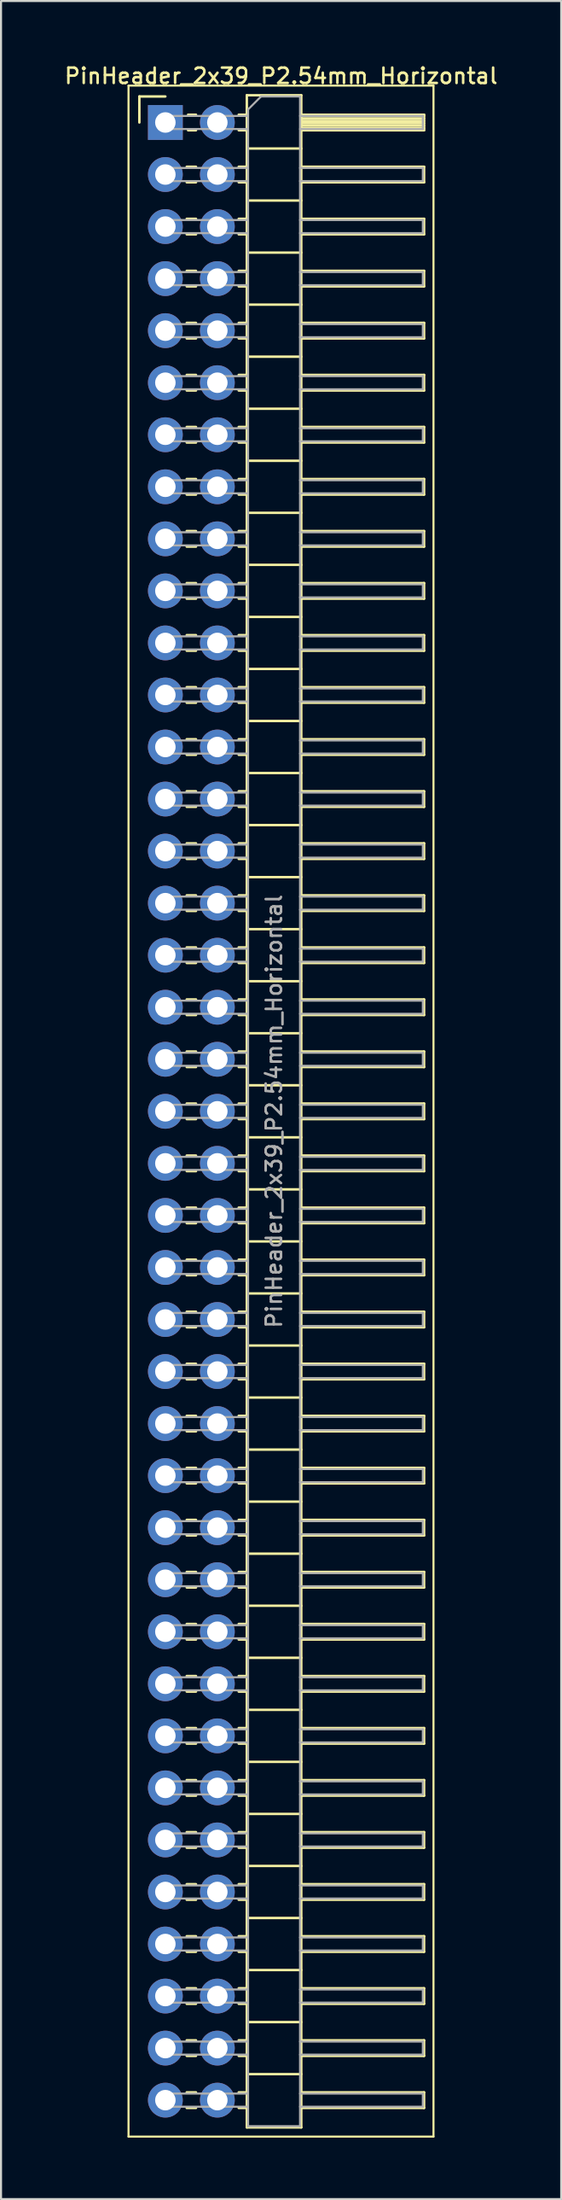
<source format=kicad_pcb>
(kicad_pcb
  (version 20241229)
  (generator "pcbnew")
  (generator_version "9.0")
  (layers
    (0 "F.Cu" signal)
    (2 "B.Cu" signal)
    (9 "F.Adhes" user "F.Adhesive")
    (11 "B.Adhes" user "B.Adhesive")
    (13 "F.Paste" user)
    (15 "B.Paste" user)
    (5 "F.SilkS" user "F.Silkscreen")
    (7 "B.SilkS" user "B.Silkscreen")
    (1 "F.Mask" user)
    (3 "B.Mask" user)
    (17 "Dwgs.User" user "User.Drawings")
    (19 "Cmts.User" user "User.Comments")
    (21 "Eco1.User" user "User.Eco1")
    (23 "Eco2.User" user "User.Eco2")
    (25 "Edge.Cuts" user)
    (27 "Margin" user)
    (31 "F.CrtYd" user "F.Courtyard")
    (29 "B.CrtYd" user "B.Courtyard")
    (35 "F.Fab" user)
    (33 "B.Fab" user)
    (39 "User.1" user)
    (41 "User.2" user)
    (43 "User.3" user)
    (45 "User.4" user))
  (footprint "PinHeader_2x39_P2.54mm_Horizontal"
    (layer "F.Cu")
    (at 5.029 2.928)
    (property "Reference" "PinHeader_2x39_P2.54mm_Horizontal" (at 5.655 -2.27 0) (layer "F.SilkS") (effects (font (size 0.75 0.75) (thickness 0.125))))
    (attr through_hole)
    (fp_line (start -1.8 -1.8) (end -1.8 98.3) (stroke (width 0.1) (type solid)) (layer "F.SilkS"))
    (fp_line (start -1.8 98.3) (end 13.1 98.3) (stroke (width 0.1) (type solid)) (layer "F.SilkS"))
    (fp_line (start -1.27 -1.27) (end 0 -1.27) (stroke (width 0.12) (type solid)) (layer "F.SilkS"))
    (fp_line (start -1.27 0) (end -1.27 -1.27) (stroke (width 0.12) (type solid)) (layer "F.SilkS"))
    (fp_line (start 1.043 2.16) (end 1.497 2.16) (stroke (width 0.12) (type solid)) (layer "F.SilkS"))
    (fp_line (start 1.043 2.92) (end 1.497 2.92) (stroke (width 0.12) (type solid)) (layer "F.SilkS"))
    (fp_line (start 1.043 4.7) (end 1.497 4.7) (stroke (width 0.12) (type solid)) (layer "F.SilkS"))
    (fp_line (start 1.043 5.46) (end 1.497 5.46) (stroke (width 0.12) (type solid)) (layer "F.SilkS"))
    (fp_line (start 1.043 7.24) (end 1.497 7.24) (stroke (width 0.12) (type solid)) (layer "F.SilkS"))
    (fp_line (start 1.043 8) (end 1.497 8) (stroke (width 0.12) (type solid)) (layer "F.SilkS"))
    (fp_line (start 1.043 9.78) (end 1.497 9.78) (stroke (width 0.12) (type solid)) (layer "F.SilkS"))
    (fp_line (start 1.043 10.54) (end 1.497 10.54) (stroke (width 0.12) (type solid)) (layer "F.SilkS"))
    (fp_line (start 1.043 12.32) (end 1.497 12.32) (stroke (width 0.12) (type solid)) (layer "F.SilkS"))
    (fp_line (start 1.043 13.08) (end 1.497 13.08) (stroke (width 0.12) (type solid)) (layer "F.SilkS"))
    (fp_line (start 1.043 14.86) (end 1.497 14.86) (stroke (width 0.12) (type solid)) (layer "F.SilkS"))
    (fp_line (start 1.043 15.62) (end 1.497 15.62) (stroke (width 0.12) (type solid)) (layer "F.SilkS"))
    (fp_line (start 1.043 17.4) (end 1.497 17.4) (stroke (width 0.12) (type solid)) (layer "F.SilkS"))
    (fp_line (start 1.043 18.16) (end 1.497 18.16) (stroke (width 0.12) (type solid)) (layer "F.SilkS"))
    (fp_line (start 1.043 19.94) (end 1.497 19.94) (stroke (width 0.12) (type solid)) (layer "F.SilkS"))
    (fp_line (start 1.043 20.7) (end 1.497 20.7) (stroke (width 0.12) (type solid)) (layer "F.SilkS"))
    (fp_line (start 1.043 22.48) (end 1.497 22.48) (stroke (width 0.12) (type solid)) (layer "F.SilkS"))
    (fp_line (start 1.043 23.24) (end 1.497 23.24) (stroke (width 0.12) (type solid)) (layer "F.SilkS"))
    (fp_line (start 1.043 25.02) (end 1.497 25.02) (stroke (width 0.12) (type solid)) (layer "F.SilkS"))
    (fp_line (start 1.043 25.78) (end 1.497 25.78) (stroke (width 0.12) (type solid)) (layer "F.SilkS"))
    (fp_line (start 1.043 27.56) (end 1.497 27.56) (stroke (width 0.12) (type solid)) (layer "F.SilkS"))
    (fp_line (start 1.043 28.32) (end 1.497 28.32) (stroke (width 0.12) (type solid)) (layer "F.SilkS"))
    (fp_line (start 1.043 30.1) (end 1.497 30.1) (stroke (width 0.12) (type solid)) (layer "F.SilkS"))
    (fp_line (start 1.043 30.86) (end 1.497 30.86) (stroke (width 0.12) (type solid)) (layer "F.SilkS"))
    (fp_line (start 1.043 32.64) (end 1.497 32.64) (stroke (width 0.12) (type solid)) (layer "F.SilkS"))
    (fp_line (start 1.043 33.4) (end 1.497 33.4) (stroke (width 0.12) (type solid)) (layer "F.SilkS"))
    (fp_line (start 1.043 35.18) (end 1.497 35.18) (stroke (width 0.12) (type solid)) (layer "F.SilkS"))
    (fp_line (start 1.043 35.94) (end 1.497 35.94) (stroke (width 0.12) (type solid)) (layer "F.SilkS"))
    (fp_line (start 1.043 37.72) (end 1.497 37.72) (stroke (width 0.12) (type solid)) (layer "F.SilkS"))
    (fp_line (start 1.043 38.48) (end 1.497 38.48) (stroke (width 0.12) (type solid)) (layer "F.SilkS"))
    (fp_line (start 1.043 40.26) (end 1.497 40.26) (stroke (width 0.12) (type solid)) (layer "F.SilkS"))
    (fp_line (start 1.043 41.02) (end 1.497 41.02) (stroke (width 0.12) (type solid)) (layer "F.SilkS"))
    (fp_line (start 1.043 42.8) (end 1.497 42.8) (stroke (width 0.12) (type solid)) (layer "F.SilkS"))
    (fp_line (start 1.043 43.56) (end 1.497 43.56) (stroke (width 0.12) (type solid)) (layer "F.SilkS"))
    (fp_line (start 1.043 45.34) (end 1.497 45.34) (stroke (width 0.12) (type solid)) (layer "F.SilkS"))
    (fp_line (start 1.043 46.1) (end 1.497 46.1) (stroke (width 0.12) (type solid)) (layer "F.SilkS"))
    (fp_line (start 1.043 47.88) (end 1.497 47.88) (stroke (width 0.12) (type solid)) (layer "F.SilkS"))
    (fp_line (start 1.043 48.64) (end 1.497 48.64) (stroke (width 0.12) (type solid)) (layer "F.SilkS"))
    (fp_line (start 1.043 50.42) (end 1.497 50.42) (stroke (width 0.12) (type solid)) (layer "F.SilkS"))
    (fp_line (start 1.043 51.18) (end 1.497 51.18) (stroke (width 0.12) (type solid)) (layer "F.SilkS"))
    (fp_line (start 1.043 52.96) (end 1.497 52.96) (stroke (width 0.12) (type solid)) (layer "F.SilkS"))
    (fp_line (start 1.043 53.72) (end 1.497 53.72) (stroke (width 0.12) (type solid)) (layer "F.SilkS"))
    (fp_line (start 1.043 55.5) (end 1.497 55.5) (stroke (width 0.12) (type solid)) (layer "F.SilkS"))
    (fp_line (start 1.043 56.26) (end 1.497 56.26) (stroke (width 0.12) (type solid)) (layer "F.SilkS"))
    (fp_line (start 1.043 58.04) (end 1.497 58.04) (stroke (width 0.12) (type solid)) (layer "F.SilkS"))
    (fp_line (start 1.043 58.8) (end 1.497 58.8) (stroke (width 0.12) (type solid)) (layer "F.SilkS"))
    (fp_line (start 1.043 60.58) (end 1.497 60.58) (stroke (width 0.12) (type solid)) (layer "F.SilkS"))
    (fp_line (start 1.043 61.34) (end 1.497 61.34) (stroke (width 0.12) (type solid)) (layer "F.SilkS"))
    (fp_line (start 1.043 63.12) (end 1.497 63.12) (stroke (width 0.12) (type solid)) (layer "F.SilkS"))
    (fp_line (start 1.043 63.88) (end 1.497 63.88) (stroke (width 0.12) (type solid)) (layer "F.SilkS"))
    (fp_line (start 1.043 65.66) (end 1.497 65.66) (stroke (width 0.12) (type solid)) (layer "F.SilkS"))
    (fp_line (start 1.043 66.42) (end 1.497 66.42) (stroke (width 0.12) (type solid)) (layer "F.SilkS"))
    (fp_line (start 1.043 68.2) (end 1.497 68.2) (stroke (width 0.12) (type solid)) (layer "F.SilkS"))
    (fp_line (start 1.043 68.96) (end 1.497 68.96) (stroke (width 0.12) (type solid)) (layer "F.SilkS"))
    (fp_line (start 1.043 70.74) (end 1.497 70.74) (stroke (width 0.12) (type solid)) (layer "F.SilkS"))
    (fp_line (start 1.043 71.5) (end 1.497 71.5) (stroke (width 0.12) (type solid)) (layer "F.SilkS"))
    (fp_line (start 1.043 73.28) (end 1.497 73.28) (stroke (width 0.12) (type solid)) (layer "F.SilkS"))
    (fp_line (start 1.043 74.04) (end 1.497 74.04) (stroke (width 0.12) (type solid)) (layer "F.SilkS"))
    (fp_line (start 1.043 75.82) (end 1.497 75.82) (stroke (width 0.12) (type solid)) (layer "F.SilkS"))
    (fp_line (start 1.043 76.58) (end 1.497 76.58) (stroke (width 0.12) (type solid)) (layer "F.SilkS"))
    (fp_line (start 1.043 78.36) (end 1.497 78.36) (stroke (width 0.12) (type solid)) (layer "F.SilkS"))
    (fp_line (start 1.043 79.12) (end 1.497 79.12) (stroke (width 0.12) (type solid)) (layer "F.SilkS"))
    (fp_line (start 1.043 80.9) (end 1.497 80.9) (stroke (width 0.12) (type solid)) (layer "F.SilkS"))
    (fp_line (start 1.043 81.66) (end 1.497 81.66) (stroke (width 0.12) (type solid)) (layer "F.SilkS"))
    (fp_line (start 1.043 83.44) (end 1.497 83.44) (stroke (width 0.12) (type solid)) (layer "F.SilkS"))
    (fp_line (start 1.043 84.2) (end 1.497 84.2) (stroke (width 0.12) (type solid)) (layer "F.SilkS"))
    (fp_line (start 1.043 85.98) (end 1.497 85.98) (stroke (width 0.12) (type solid)) (layer "F.SilkS"))
    (fp_line (start 1.043 86.74) (end 1.497 86.74) (stroke (width 0.12) (type solid)) (layer "F.SilkS"))
    (fp_line (start 1.043 88.52) (end 1.497 88.52) (stroke (width 0.12) (type solid)) (layer "F.SilkS"))
    (fp_line (start 1.043 89.28) (end 1.497 89.28) (stroke (width 0.12) (type solid)) (layer "F.SilkS"))
    (fp_line (start 1.043 91.06) (end 1.497 91.06) (stroke (width 0.12) (type solid)) (layer "F.SilkS"))
    (fp_line (start 1.043 91.82) (end 1.497 91.82) (stroke (width 0.12) (type solid)) (layer "F.SilkS"))
    (fp_line (start 1.043 93.6) (end 1.497 93.6) (stroke (width 0.12) (type solid)) (layer "F.SilkS"))
    (fp_line (start 1.043 94.36) (end 1.497 94.36) (stroke (width 0.12) (type solid)) (layer "F.SilkS"))
    (fp_line (start 1.043 96.14) (end 1.497 96.14) (stroke (width 0.12) (type solid)) (layer "F.SilkS"))
    (fp_line (start 1.043 96.9) (end 1.497 96.9) (stroke (width 0.12) (type solid)) (layer "F.SilkS"))
    (fp_line (start 1.11 -0.38) (end 1.497 -0.38) (stroke (width 0.12) (type solid)) (layer "F.SilkS"))
    (fp_line (start 1.11 0.38) (end 1.497 0.38) (stroke (width 0.12) (type solid)) (layer "F.SilkS"))
    (fp_line (start 3.583 -0.38) (end 3.98 -0.38) (stroke (width 0.12) (type solid)) (layer "F.SilkS"))
    (fp_line (start 3.583 0.38) (end 3.98 0.38) (stroke (width 0.12) (type solid)) (layer "F.SilkS"))
    (fp_line (start 3.583 2.16) (end 3.98 2.16) (stroke (width 0.12) (type solid)) (layer "F.SilkS"))
    (fp_line (start 3.583 2.92) (end 3.98 2.92) (stroke (width 0.12) (type solid)) (layer "F.SilkS"))
    (fp_line (start 3.583 4.7) (end 3.98 4.7) (stroke (width 0.12) (type solid)) (layer "F.SilkS"))
    (fp_line (start 3.583 5.46) (end 3.98 5.46) (stroke (width 0.12) (type solid)) (layer "F.SilkS"))
    (fp_line (start 3.583 7.24) (end 3.98 7.24) (stroke (width 0.12) (type solid)) (layer "F.SilkS"))
    (fp_line (start 3.583 8) (end 3.98 8) (stroke (width 0.12) (type solid)) (layer "F.SilkS"))
    (fp_line (start 3.583 9.78) (end 3.98 9.78) (stroke (width 0.12) (type solid)) (layer "F.SilkS"))
    (fp_line (start 3.583 10.54) (end 3.98 10.54) (stroke (width 0.12) (type solid)) (layer "F.SilkS"))
    (fp_line (start 3.583 12.32) (end 3.98 12.32) (stroke (width 0.12) (type solid)) (layer "F.SilkS"))
    (fp_line (start 3.583 13.08) (end 3.98 13.08) (stroke (width 0.12) (type solid)) (layer "F.SilkS"))
    (fp_line (start 3.583 14.86) (end 3.98 14.86) (stroke (width 0.12) (type solid)) (layer "F.SilkS"))
    (fp_line (start 3.583 15.62) (end 3.98 15.62) (stroke (width 0.12) (type solid)) (layer "F.SilkS"))
    (fp_line (start 3.583 17.4) (end 3.98 17.4) (stroke (width 0.12) (type solid)) (layer "F.SilkS"))
    (fp_line (start 3.583 18.16) (end 3.98 18.16) (stroke (width 0.12) (type solid)) (layer "F.SilkS"))
    (fp_line (start 3.583 19.94) (end 3.98 19.94) (stroke (width 0.12) (type solid)) (layer "F.SilkS"))
    (fp_line (start 3.583 20.7) (end 3.98 20.7) (stroke (width 0.12) (type solid)) (layer "F.SilkS"))
    (fp_line (start 3.583 22.48) (end 3.98 22.48) (stroke (width 0.12) (type solid)) (layer "F.SilkS"))
    (fp_line (start 3.583 23.24) (end 3.98 23.24) (stroke (width 0.12) (type solid)) (layer "F.SilkS"))
    (fp_line (start 3.583 25.02) (end 3.98 25.02) (stroke (width 0.12) (type solid)) (layer "F.SilkS"))
    (fp_line (start 3.583 25.78) (end 3.98 25.78) (stroke (width 0.12) (type solid)) (layer "F.SilkS"))
    (fp_line (start 3.583 27.56) (end 3.98 27.56) (stroke (width 0.12) (type solid)) (layer "F.SilkS"))
    (fp_line (start 3.583 28.32) (end 3.98 28.32) (stroke (width 0.12) (type solid)) (layer "F.SilkS"))
    (fp_line (start 3.583 30.1) (end 3.98 30.1) (stroke (width 0.12) (type solid)) (layer "F.SilkS"))
    (fp_line (start 3.583 30.86) (end 3.98 30.86) (stroke (width 0.12) (type solid)) (layer "F.SilkS"))
    (fp_line (start 3.583 32.64) (end 3.98 32.64) (stroke (width 0.12) (type solid)) (layer "F.SilkS"))
    (fp_line (start 3.583 33.4) (end 3.98 33.4) (stroke (width 0.12) (type solid)) (layer "F.SilkS"))
    (fp_line (start 3.583 35.18) (end 3.98 35.18) (stroke (width 0.12) (type solid)) (layer "F.SilkS"))
    (fp_line (start 3.583 35.94) (end 3.98 35.94) (stroke (width 0.12) (type solid)) (layer "F.SilkS"))
    (fp_line (start 3.583 37.72) (end 3.98 37.72) (stroke (width 0.12) (type solid)) (layer "F.SilkS"))
    (fp_line (start 3.583 38.48) (end 3.98 38.48) (stroke (width 0.12) (type solid)) (layer "F.SilkS"))
    (fp_line (start 3.583 40.26) (end 3.98 40.26) (stroke (width 0.12) (type solid)) (layer "F.SilkS"))
    (fp_line (start 3.583 41.02) (end 3.98 41.02) (stroke (width 0.12) (type solid)) (layer "F.SilkS"))
    (fp_line (start 3.583 42.8) (end 3.98 42.8) (stroke (width 0.12) (type solid)) (layer "F.SilkS"))
    (fp_line (start 3.583 43.56) (end 3.98 43.56) (stroke (width 0.12) (type solid)) (layer "F.SilkS"))
    (fp_line (start 3.583 45.34) (end 3.98 45.34) (stroke (width 0.12) (type solid)) (layer "F.SilkS"))
    (fp_line (start 3.583 46.1) (end 3.98 46.1) (stroke (width 0.12) (type solid)) (layer "F.SilkS"))
    (fp_line (start 3.583 47.88) (end 3.98 47.88) (stroke (width 0.12) (type solid)) (layer "F.SilkS"))
    (fp_line (start 3.583 48.64) (end 3.98 48.64) (stroke (width 0.12) (type solid)) (layer "F.SilkS"))
    (fp_line (start 3.583 50.42) (end 3.98 50.42) (stroke (width 0.12) (type solid)) (layer "F.SilkS"))
    (fp_line (start 3.583 51.18) (end 3.98 51.18) (stroke (width 0.12) (type solid)) (layer "F.SilkS"))
    (fp_line (start 3.583 52.96) (end 3.98 52.96) (stroke (width 0.12) (type solid)) (layer "F.SilkS"))
    (fp_line (start 3.583 53.72) (end 3.98 53.72) (stroke (width 0.12) (type solid)) (layer "F.SilkS"))
    (fp_line (start 3.583 55.5) (end 3.98 55.5) (stroke (width 0.12) (type solid)) (layer "F.SilkS"))
    (fp_line (start 3.583 56.26) (end 3.98 56.26) (stroke (width 0.12) (type solid)) (layer "F.SilkS"))
    (fp_line (start 3.583 58.04) (end 3.98 58.04) (stroke (width 0.12) (type solid)) (layer "F.SilkS"))
    (fp_line (start 3.583 58.8) (end 3.98 58.8) (stroke (width 0.12) (type solid)) (layer "F.SilkS"))
    (fp_line (start 3.583 60.58) (end 3.98 60.58) (stroke (width 0.12) (type solid)) (layer "F.SilkS"))
    (fp_line (start 3.583 61.34) (end 3.98 61.34) (stroke (width 0.12) (type solid)) (layer "F.SilkS"))
    (fp_line (start 3.583 63.12) (end 3.98 63.12) (stroke (width 0.12) (type solid)) (layer "F.SilkS"))
    (fp_line (start 3.583 63.88) (end 3.98 63.88) (stroke (width 0.12) (type solid)) (layer "F.SilkS"))
    (fp_line (start 3.583 65.66) (end 3.98 65.66) (stroke (width 0.12) (type solid)) (layer "F.SilkS"))
    (fp_line (start 3.583 66.42) (end 3.98 66.42) (stroke (width 0.12) (type solid)) (layer "F.SilkS"))
    (fp_line (start 3.583 68.2) (end 3.98 68.2) (stroke (width 0.12) (type solid)) (layer "F.SilkS"))
    (fp_line (start 3.583 68.96) (end 3.98 68.96) (stroke (width 0.12) (type solid)) (layer "F.SilkS"))
    (fp_line (start 3.583 70.74) (end 3.98 70.74) (stroke (width 0.12) (type solid)) (layer "F.SilkS"))
    (fp_line (start 3.583 71.5) (end 3.98 71.5) (stroke (width 0.12) (type solid)) (layer "F.SilkS"))
    (fp_line (start 3.583 73.28) (end 3.98 73.28) (stroke (width 0.12) (type solid)) (layer "F.SilkS"))
    (fp_line (start 3.583 74.04) (end 3.98 74.04) (stroke (width 0.12) (type solid)) (layer "F.SilkS"))
    (fp_line (start 3.583 75.82) (end 3.98 75.82) (stroke (width 0.12) (type solid)) (layer "F.SilkS"))
    (fp_line (start 3.583 76.58) (end 3.98 76.58) (stroke (width 0.12) (type solid)) (layer "F.SilkS"))
    (fp_line (start 3.583 78.36) (end 3.98 78.36) (stroke (width 0.12) (type solid)) (layer "F.SilkS"))
    (fp_line (start 3.583 79.12) (end 3.98 79.12) (stroke (width 0.12) (type solid)) (layer "F.SilkS"))
    (fp_line (start 3.583 80.9) (end 3.98 80.9) (stroke (width 0.12) (type solid)) (layer "F.SilkS"))
    (fp_line (start 3.583 81.66) (end 3.98 81.66) (stroke (width 0.12) (type solid)) (layer "F.SilkS"))
    (fp_line (start 3.583 83.44) (end 3.98 83.44) (stroke (width 0.12) (type solid)) (layer "F.SilkS"))
    (fp_line (start 3.583 84.2) (end 3.98 84.2) (stroke (width 0.12) (type solid)) (layer "F.SilkS"))
    (fp_line (start 3.583 85.98) (end 3.98 85.98) (stroke (width 0.12) (type solid)) (layer "F.SilkS"))
    (fp_line (start 3.583 86.74) (end 3.98 86.74) (stroke (width 0.12) (type solid)) (layer "F.SilkS"))
    (fp_line (start 3.583 88.52) (end 3.98 88.52) (stroke (width 0.12) (type solid)) (layer "F.SilkS"))
    (fp_line (start 3.583 89.28) (end 3.98 89.28) (stroke (width 0.12) (type solid)) (layer "F.SilkS"))
    (fp_line (start 3.583 91.06) (end 3.98 91.06) (stroke (width 0.12) (type solid)) (layer "F.SilkS"))
    (fp_line (start 3.583 91.82) (end 3.98 91.82) (stroke (width 0.12) (type solid)) (layer "F.SilkS"))
    (fp_line (start 3.583 93.6) (end 3.98 93.6) (stroke (width 0.12) (type solid)) (layer "F.SilkS"))
    (fp_line (start 3.583 94.36) (end 3.98 94.36) (stroke (width 0.12) (type solid)) (layer "F.SilkS"))
    (fp_line (start 3.583 96.14) (end 3.98 96.14) (stroke (width 0.12) (type solid)) (layer "F.SilkS"))
    (fp_line (start 3.583 96.9) (end 3.98 96.9) (stroke (width 0.12) (type solid)) (layer "F.SilkS"))
    (fp_line (start 3.98 -1.33) (end 3.98 97.85) (stroke (width 0.12) (type solid)) (layer "F.SilkS"))
    (fp_line (start 3.98 1.27) (end 6.64 1.27) (stroke (width 0.12) (type solid)) (layer "F.SilkS"))
    (fp_line (start 3.98 3.81) (end 6.64 3.81) (stroke (width 0.12) (type solid)) (layer "F.SilkS"))
    (fp_line (start 3.98 6.35) (end 6.64 6.35) (stroke (width 0.12) (type solid)) (layer "F.SilkS"))
    (fp_line (start 3.98 8.89) (end 6.64 8.89) (stroke (width 0.12) (type solid)) (layer "F.SilkS"))
    (fp_line (start 3.98 11.43) (end 6.64 11.43) (stroke (width 0.12) (type solid)) (layer "F.SilkS"))
    (fp_line (start 3.98 13.97) (end 6.64 13.97) (stroke (width 0.12) (type solid)) (layer "F.SilkS"))
    (fp_line (start 3.98 16.51) (end 6.64 16.51) (stroke (width 0.12) (type solid)) (layer "F.SilkS"))
    (fp_line (start 3.98 19.05) (end 6.64 19.05) (stroke (width 0.12) (type solid)) (layer "F.SilkS"))
    (fp_line (start 3.98 21.59) (end 6.64 21.59) (stroke (width 0.12) (type solid)) (layer "F.SilkS"))
    (fp_line (start 3.98 24.13) (end 6.64 24.13) (stroke (width 0.12) (type solid)) (layer "F.SilkS"))
    (fp_line (start 3.98 26.67) (end 6.64 26.67) (stroke (width 0.12) (type solid)) (layer "F.SilkS"))
    (fp_line (start 3.98 29.21) (end 6.64 29.21) (stroke (width 0.12) (type solid)) (layer "F.SilkS"))
    (fp_line (start 3.98 31.75) (end 6.64 31.75) (stroke (width 0.12) (type solid)) (layer "F.SilkS"))
    (fp_line (start 3.98 34.29) (end 6.64 34.29) (stroke (width 0.12) (type solid)) (layer "F.SilkS"))
    (fp_line (start 3.98 36.83) (end 6.64 36.83) (stroke (width 0.12) (type solid)) (layer "F.SilkS"))
    (fp_line (start 3.98 39.37) (end 6.64 39.37) (stroke (width 0.12) (type solid)) (layer "F.SilkS"))
    (fp_line (start 3.98 41.91) (end 6.64 41.91) (stroke (width 0.12) (type solid)) (layer "F.SilkS"))
    (fp_line (start 3.98 44.45) (end 6.64 44.45) (stroke (width 0.12) (type solid)) (layer "F.SilkS"))
    (fp_line (start 3.98 46.99) (end 6.64 46.99) (stroke (width 0.12) (type solid)) (layer "F.SilkS"))
    (fp_line (start 3.98 49.53) (end 6.64 49.53) (stroke (width 0.12) (type solid)) (layer "F.SilkS"))
    (fp_line (start 3.98 52.07) (end 6.64 52.07) (stroke (width 0.12) (type solid)) (layer "F.SilkS"))
    (fp_line (start 3.98 54.61) (end 6.64 54.61) (stroke (width 0.12) (type solid)) (layer "F.SilkS"))
    (fp_line (start 3.98 57.15) (end 6.64 57.15) (stroke (width 0.12) (type solid)) (layer "F.SilkS"))
    (fp_line (start 3.98 59.69) (end 6.64 59.69) (stroke (width 0.12) (type solid)) (layer "F.SilkS"))
    (fp_line (start 3.98 62.23) (end 6.64 62.23) (stroke (width 0.12) (type solid)) (layer "F.SilkS"))
    (fp_line (start 3.98 64.77) (end 6.64 64.77) (stroke (width 0.12) (type solid)) (layer "F.SilkS"))
    (fp_line (start 3.98 67.31) (end 6.64 67.31) (stroke (width 0.12) (type solid)) (layer "F.SilkS"))
    (fp_line (start 3.98 69.85) (end 6.64 69.85) (stroke (width 0.12) (type solid)) (layer "F.SilkS"))
    (fp_line (start 3.98 72.39) (end 6.64 72.39) (stroke (width 0.12) (type solid)) (layer "F.SilkS"))
    (fp_line (start 3.98 74.93) (end 6.64 74.93) (stroke (width 0.12) (type solid)) (layer "F.SilkS"))
    (fp_line (start 3.98 77.47) (end 6.64 77.47) (stroke (width 0.12) (type solid)) (layer "F.SilkS"))
    (fp_line (start 3.98 80.01) (end 6.64 80.01) (stroke (width 0.12) (type solid)) (layer "F.SilkS"))
    (fp_line (start 3.98 82.55) (end 6.64 82.55) (stroke (width 0.12) (type solid)) (layer "F.SilkS"))
    (fp_line (start 3.98 85.09) (end 6.64 85.09) (stroke (width 0.12) (type solid)) (layer "F.SilkS"))
    (fp_line (start 3.98 87.63) (end 6.64 87.63) (stroke (width 0.12) (type solid)) (layer "F.SilkS"))
    (fp_line (start 3.98 90.17) (end 6.64 90.17) (stroke (width 0.12) (type solid)) (layer "F.SilkS"))
    (fp_line (start 3.98 92.71) (end 6.64 92.71) (stroke (width 0.12) (type solid)) (layer "F.SilkS"))
    (fp_line (start 3.98 95.25) (end 6.64 95.25) (stroke (width 0.12) (type solid)) (layer "F.SilkS"))
    (fp_line (start 3.98 97.85) (end 6.64 97.85) (stroke (width 0.12) (type solid)) (layer "F.SilkS"))
    (fp_line (start 6.64 -1.33) (end 3.98 -1.33) (stroke (width 0.12) (type solid)) (layer "F.SilkS"))
    (fp_line (start 6.64 -0.38) (end 12.64 -0.38) (stroke (width 0.12) (type solid)) (layer "F.SilkS"))
    (fp_line (start 6.64 -0.32) (end 12.64 -0.32) (stroke (width 0.12) (type solid)) (layer "F.SilkS"))
    (fp_line (start 6.64 -0.2) (end 12.64 -0.2) (stroke (width 0.12) (type solid)) (layer "F.SilkS"))
    (fp_line (start 6.64 -0.08) (end 12.64 -0.08) (stroke (width 0.12) (type solid)) (layer "F.SilkS"))
    (fp_line (start 6.64 0.04) (end 12.64 0.04) (stroke (width 0.12) (type solid)) (layer "F.SilkS"))
    (fp_line (start 6.64 0.16) (end 12.64 0.16) (stroke (width 0.12) (type solid)) (layer "F.SilkS"))
    (fp_line (start 6.64 0.28) (end 12.64 0.28) (stroke (width 0.12) (type solid)) (layer "F.SilkS"))
    (fp_line (start 6.64 2.16) (end 12.64 2.16) (stroke (width 0.12) (type solid)) (layer "F.SilkS"))
    (fp_line (start 6.64 4.7) (end 12.64 4.7) (stroke (width 0.12) (type solid)) (layer "F.SilkS"))
    (fp_line (start 6.64 7.24) (end 12.64 7.24) (stroke (width 0.12) (type solid)) (layer "F.SilkS"))
    (fp_line (start 6.64 9.78) (end 12.64 9.78) (stroke (width 0.12) (type solid)) (layer "F.SilkS"))
    (fp_line (start 6.64 12.32) (end 12.64 12.32) (stroke (width 0.12) (type solid)) (layer "F.SilkS"))
    (fp_line (start 6.64 14.86) (end 12.64 14.86) (stroke (width 0.12) (type solid)) (layer "F.SilkS"))
    (fp_line (start 6.64 17.4) (end 12.64 17.4) (stroke (width 0.12) (type solid)) (layer "F.SilkS"))
    (fp_line (start 6.64 19.94) (end 12.64 19.94) (stroke (width 0.12) (type solid)) (layer "F.SilkS"))
    (fp_line (start 6.64 22.48) (end 12.64 22.48) (stroke (width 0.12) (type solid)) (layer "F.SilkS"))
    (fp_line (start 6.64 25.02) (end 12.64 25.02) (stroke (width 0.12) (type solid)) (layer "F.SilkS"))
    (fp_line (start 6.64 27.56) (end 12.64 27.56) (stroke (width 0.12) (type solid)) (layer "F.SilkS"))
    (fp_line (start 6.64 30.1) (end 12.64 30.1) (stroke (width 0.12) (type solid)) (layer "F.SilkS"))
    (fp_line (start 6.64 32.64) (end 12.64 32.64) (stroke (width 0.12) (type solid)) (layer "F.SilkS"))
    (fp_line (start 6.64 35.18) (end 12.64 35.18) (stroke (width 0.12) (type solid)) (layer "F.SilkS"))
    (fp_line (start 6.64 37.72) (end 12.64 37.72) (stroke (width 0.12) (type solid)) (layer "F.SilkS"))
    (fp_line (start 6.64 40.26) (end 12.64 40.26) (stroke (width 0.12) (type solid)) (layer "F.SilkS"))
    (fp_line (start 6.64 42.8) (end 12.64 42.8) (stroke (width 0.12) (type solid)) (layer "F.SilkS"))
    (fp_line (start 6.64 45.34) (end 12.64 45.34) (stroke (width 0.12) (type solid)) (layer "F.SilkS"))
    (fp_line (start 6.64 47.88) (end 12.64 47.88) (stroke (width 0.12) (type solid)) (layer "F.SilkS"))
    (fp_line (start 6.64 50.42) (end 12.64 50.42) (stroke (width 0.12) (type solid)) (layer "F.SilkS"))
    (fp_line (start 6.64 52.96) (end 12.64 52.96) (stroke (width 0.12) (type solid)) (layer "F.SilkS"))
    (fp_line (start 6.64 55.5) (end 12.64 55.5) (stroke (width 0.12) (type solid)) (layer "F.SilkS"))
    (fp_line (start 6.64 58.04) (end 12.64 58.04) (stroke (width 0.12) (type solid)) (layer "F.SilkS"))
    (fp_line (start 6.64 60.58) (end 12.64 60.58) (stroke (width 0.12) (type solid)) (layer "F.SilkS"))
    (fp_line (start 6.64 63.12) (end 12.64 63.12) (stroke (width 0.12) (type solid)) (layer "F.SilkS"))
    (fp_line (start 6.64 65.66) (end 12.64 65.66) (stroke (width 0.12) (type solid)) (layer "F.SilkS"))
    (fp_line (start 6.64 68.2) (end 12.64 68.2) (stroke (width 0.12) (type solid)) (layer "F.SilkS"))
    (fp_line (start 6.64 70.74) (end 12.64 70.74) (stroke (width 0.12) (type solid)) (layer "F.SilkS"))
    (fp_line (start 6.64 73.28) (end 12.64 73.28) (stroke (width 0.12) (type solid)) (layer "F.SilkS"))
    (fp_line (start 6.64 75.82) (end 12.64 75.82) (stroke (width 0.12) (type solid)) (layer "F.SilkS"))
    (fp_line (start 6.64 78.36) (end 12.64 78.36) (stroke (width 0.12) (type solid)) (layer "F.SilkS"))
    (fp_line (start 6.64 80.9) (end 12.64 80.9) (stroke (width 0.12) (type solid)) (layer "F.SilkS"))
    (fp_line (start 6.64 83.44) (end 12.64 83.44) (stroke (width 0.12) (type solid)) (layer "F.SilkS"))
    (fp_line (start 6.64 85.98) (end 12.64 85.98) (stroke (width 0.12) (type solid)) (layer "F.SilkS"))
    (fp_line (start 6.64 88.52) (end 12.64 88.52) (stroke (width 0.12) (type solid)) (layer "F.SilkS"))
    (fp_line (start 6.64 91.06) (end 12.64 91.06) (stroke (width 0.12) (type solid)) (layer "F.SilkS"))
    (fp_line (start 6.64 93.6) (end 12.64 93.6) (stroke (width 0.12) (type solid)) (layer "F.SilkS"))
    (fp_line (start 6.64 96.14) (end 12.64 96.14) (stroke (width 0.12) (type solid)) (layer "F.SilkS"))
    (fp_line (start 6.64 97.85) (end 6.64 -1.33) (stroke (width 0.12) (type solid)) (layer "F.SilkS"))
    (fp_line (start 12.64 -0.38) (end 12.64 0.38) (stroke (width 0.12) (type solid)) (layer "F.SilkS"))
    (fp_line (start 12.64 0.38) (end 6.64 0.38) (stroke (width 0.12) (type solid)) (layer "F.SilkS"))
    (fp_line (start 12.64 2.16) (end 12.64 2.92) (stroke (width 0.12) (type solid)) (layer "F.SilkS"))
    (fp_line (start 12.64 2.92) (end 6.64 2.92) (stroke (width 0.12) (type solid)) (layer "F.SilkS"))
    (fp_line (start 12.64 4.7) (end 12.64 5.46) (stroke (width 0.12) (type solid)) (layer "F.SilkS"))
    (fp_line (start 12.64 5.46) (end 6.64 5.46) (stroke (width 0.12) (type solid)) (layer "F.SilkS"))
    (fp_line (start 12.64 7.24) (end 12.64 8) (stroke (width 0.12) (type solid)) (layer "F.SilkS"))
    (fp_line (start 12.64 8) (end 6.64 8) (stroke (width 0.12) (type solid)) (layer "F.SilkS"))
    (fp_line (start 12.64 9.78) (end 12.64 10.54) (stroke (width 0.12) (type solid)) (layer "F.SilkS"))
    (fp_line (start 12.64 10.54) (end 6.64 10.54) (stroke (width 0.12) (type solid)) (layer "F.SilkS"))
    (fp_line (start 12.64 12.32) (end 12.64 13.08) (stroke (width 0.12) (type solid)) (layer "F.SilkS"))
    (fp_line (start 12.64 13.08) (end 6.64 13.08) (stroke (width 0.12) (type solid)) (layer "F.SilkS"))
    (fp_line (start 12.64 14.86) (end 12.64 15.62) (stroke (width 0.12) (type solid)) (layer "F.SilkS"))
    (fp_line (start 12.64 15.62) (end 6.64 15.62) (stroke (width 0.12) (type solid)) (layer "F.SilkS"))
    (fp_line (start 12.64 17.4) (end 12.64 18.16) (stroke (width 0.12) (type solid)) (layer "F.SilkS"))
    (fp_line (start 12.64 18.16) (end 6.64 18.16) (stroke (width 0.12) (type solid)) (layer "F.SilkS"))
    (fp_line (start 12.64 19.94) (end 12.64 20.7) (stroke (width 0.12) (type solid)) (layer "F.SilkS"))
    (fp_line (start 12.64 20.7) (end 6.64 20.7) (stroke (width 0.12) (type solid)) (layer "F.SilkS"))
    (fp_line (start 12.64 22.48) (end 12.64 23.24) (stroke (width 0.12) (type solid)) (layer "F.SilkS"))
    (fp_line (start 12.64 23.24) (end 6.64 23.24) (stroke (width 0.12) (type solid)) (layer "F.SilkS"))
    (fp_line (start 12.64 25.02) (end 12.64 25.78) (stroke (width 0.12) (type solid)) (layer "F.SilkS"))
    (fp_line (start 12.64 25.78) (end 6.64 25.78) (stroke (width 0.12) (type solid)) (layer "F.SilkS"))
    (fp_line (start 12.64 27.56) (end 12.64 28.32) (stroke (width 0.12) (type solid)) (layer "F.SilkS"))
    (fp_line (start 12.64 28.32) (end 6.64 28.32) (stroke (width 0.12) (type solid)) (layer "F.SilkS"))
    (fp_line (start 12.64 30.1) (end 12.64 30.86) (stroke (width 0.12) (type solid)) (layer "F.SilkS"))
    (fp_line (start 12.64 30.86) (end 6.64 30.86) (stroke (width 0.12) (type solid)) (layer "F.SilkS"))
    (fp_line (start 12.64 32.64) (end 12.64 33.4) (stroke (width 0.12) (type solid)) (layer "F.SilkS"))
    (fp_line (start 12.64 33.4) (end 6.64 33.4) (stroke (width 0.12) (type solid)) (layer "F.SilkS"))
    (fp_line (start 12.64 35.18) (end 12.64 35.94) (stroke (width 0.12) (type solid)) (layer "F.SilkS"))
    (fp_line (start 12.64 35.94) (end 6.64 35.94) (stroke (width 0.12) (type solid)) (layer "F.SilkS"))
    (fp_line (start 12.64 37.72) (end 12.64 38.48) (stroke (width 0.12) (type solid)) (layer "F.SilkS"))
    (fp_line (start 12.64 38.48) (end 6.64 38.48) (stroke (width 0.12) (type solid)) (layer "F.SilkS"))
    (fp_line (start 12.64 40.26) (end 12.64 41.02) (stroke (width 0.12) (type solid)) (layer "F.SilkS"))
    (fp_line (start 12.64 41.02) (end 6.64 41.02) (stroke (width 0.12) (type solid)) (layer "F.SilkS"))
    (fp_line (start 12.64 42.8) (end 12.64 43.56) (stroke (width 0.12) (type solid)) (layer "F.SilkS"))
    (fp_line (start 12.64 43.56) (end 6.64 43.56) (stroke (width 0.12) (type solid)) (layer "F.SilkS"))
    (fp_line (start 12.64 45.34) (end 12.64 46.1) (stroke (width 0.12) (type solid)) (layer "F.SilkS"))
    (fp_line (start 12.64 46.1) (end 6.64 46.1) (stroke (width 0.12) (type solid)) (layer "F.SilkS"))
    (fp_line (start 12.64 47.88) (end 12.64 48.64) (stroke (width 0.12) (type solid)) (layer "F.SilkS"))
    (fp_line (start 12.64 48.64) (end 6.64 48.64) (stroke (width 0.12) (type solid)) (layer "F.SilkS"))
    (fp_line (start 12.64 50.42) (end 12.64 51.18) (stroke (width 0.12) (type solid)) (layer "F.SilkS"))
    (fp_line (start 12.64 51.18) (end 6.64 51.18) (stroke (width 0.12) (type solid)) (layer "F.SilkS"))
    (fp_line (start 12.64 52.96) (end 12.64 53.72) (stroke (width 0.12) (type solid)) (layer "F.SilkS"))
    (fp_line (start 12.64 53.72) (end 6.64 53.72) (stroke (width 0.12) (type solid)) (layer "F.SilkS"))
    (fp_line (start 12.64 55.5) (end 12.64 56.26) (stroke (width 0.12) (type solid)) (layer "F.SilkS"))
    (fp_line (start 12.64 56.26) (end 6.64 56.26) (stroke (width 0.12) (type solid)) (layer "F.SilkS"))
    (fp_line (start 12.64 58.04) (end 12.64 58.8) (stroke (width 0.12) (type solid)) (layer "F.SilkS"))
    (fp_line (start 12.64 58.8) (end 6.64 58.8) (stroke (width 0.12) (type solid)) (layer "F.SilkS"))
    (fp_line (start 12.64 60.58) (end 12.64 61.34) (stroke (width 0.12) (type solid)) (layer "F.SilkS"))
    (fp_line (start 12.64 61.34) (end 6.64 61.34) (stroke (width 0.12) (type solid)) (layer "F.SilkS"))
    (fp_line (start 12.64 63.12) (end 12.64 63.88) (stroke (width 0.12) (type solid)) (layer "F.SilkS"))
    (fp_line (start 12.64 63.88) (end 6.64 63.88) (stroke (width 0.12) (type solid)) (layer "F.SilkS"))
    (fp_line (start 12.64 65.66) (end 12.64 66.42) (stroke (width 0.12) (type solid)) (layer "F.SilkS"))
    (fp_line (start 12.64 66.42) (end 6.64 66.42) (stroke (width 0.12) (type solid)) (layer "F.SilkS"))
    (fp_line (start 12.64 68.2) (end 12.64 68.96) (stroke (width 0.12) (type solid)) (layer "F.SilkS"))
    (fp_line (start 12.64 68.96) (end 6.64 68.96) (stroke (width 0.12) (type solid)) (layer "F.SilkS"))
    (fp_line (start 12.64 70.74) (end 12.64 71.5) (stroke (width 0.12) (type solid)) (layer "F.SilkS"))
    (fp_line (start 12.64 71.5) (end 6.64 71.5) (stroke (width 0.12) (type solid)) (layer "F.SilkS"))
    (fp_line (start 12.64 73.28) (end 12.64 74.04) (stroke (width 0.12) (type solid)) (layer "F.SilkS"))
    (fp_line (start 12.64 74.04) (end 6.64 74.04) (stroke (width 0.12) (type solid)) (layer "F.SilkS"))
    (fp_line (start 12.64 75.82) (end 12.64 76.58) (stroke (width 0.12) (type solid)) (layer "F.SilkS"))
    (fp_line (start 12.64 76.58) (end 6.64 76.58) (stroke (width 0.12) (type solid)) (layer "F.SilkS"))
    (fp_line (start 12.64 78.36) (end 12.64 79.12) (stroke (width 0.12) (type solid)) (layer "F.SilkS"))
    (fp_line (start 12.64 79.12) (end 6.64 79.12) (stroke (width 0.12) (type solid)) (layer "F.SilkS"))
    (fp_line (start 12.64 80.9) (end 12.64 81.66) (stroke (width 0.12) (type solid)) (layer "F.SilkS"))
    (fp_line (start 12.64 81.66) (end 6.64 81.66) (stroke (width 0.12) (type solid)) (layer "F.SilkS"))
    (fp_line (start 12.64 83.44) (end 12.64 84.2) (stroke (width 0.12) (type solid)) (layer "F.SilkS"))
    (fp_line (start 12.64 84.2) (end 6.64 84.2) (stroke (width 0.12) (type solid)) (layer "F.SilkS"))
    (fp_line (start 12.64 85.98) (end 12.64 86.74) (stroke (width 0.12) (type solid)) (layer "F.SilkS"))
    (fp_line (start 12.64 86.74) (end 6.64 86.74) (stroke (width 0.12) (type solid)) (layer "F.SilkS"))
    (fp_line (start 12.64 88.52) (end 12.64 89.28) (stroke (width 0.12) (type solid)) (layer "F.SilkS"))
    (fp_line (start 12.64 89.28) (end 6.64 89.28) (stroke (width 0.12) (type solid)) (layer "F.SilkS"))
    (fp_line (start 12.64 91.06) (end 12.64 91.82) (stroke (width 0.12) (type solid)) (layer "F.SilkS"))
    (fp_line (start 12.64 91.82) (end 6.64 91.82) (stroke (width 0.12) (type solid)) (layer "F.SilkS"))
    (fp_line (start 12.64 93.6) (end 12.64 94.36) (stroke (width 0.12) (type solid)) (layer "F.SilkS"))
    (fp_line (start 12.64 94.36) (end 6.64 94.36) (stroke (width 0.12) (type solid)) (layer "F.SilkS"))
    (fp_line (start 12.64 96.14) (end 12.64 96.9) (stroke (width 0.12) (type solid)) (layer "F.SilkS"))
    (fp_line (start 12.64 96.9) (end 6.64 96.9) (stroke (width 0.12) (type solid)) (layer "F.SilkS"))
    (fp_line (start 13.1 -1.8) (end -1.8 -1.8) (stroke (width 0.1) (type solid)) (layer "F.SilkS"))
    (fp_line (start 13.1 98.3) (end 13.1 -1.8) (stroke (width 0.1) (type solid)) (layer "F.SilkS"))
    (fp_line (start -0.32 -0.32) (end -0.32 0.32) (stroke (width 0.1) (type solid)) (layer "F.Fab"))
    (fp_line (start -0.32 -0.32) (end 4.04 -0.32) (stroke (width 0.1) (type solid)) (layer "F.Fab"))
    (fp_line (start -0.32 0.32) (end 4.04 0.32) (stroke (width 0.1) (type solid)) (layer "F.Fab"))
    (fp_line (start -0.32 2.22) (end -0.32 2.86) (stroke (width 0.1) (type solid)) (layer "F.Fab"))
    (fp_line (start -0.32 2.22) (end 4.04 2.22) (stroke (width 0.1) (type solid)) (layer "F.Fab"))
    (fp_line (start -0.32 2.86) (end 4.04 2.86) (stroke (width 0.1) (type solid)) (layer "F.Fab"))
    (fp_line (start -0.32 4.76) (end -0.32 5.4) (stroke (width 0.1) (type solid)) (layer "F.Fab"))
    (fp_line (start -0.32 4.76) (end 4.04 4.76) (stroke (width 0.1) (type solid)) (layer "F.Fab"))
    (fp_line (start -0.32 5.4) (end 4.04 5.4) (stroke (width 0.1) (type solid)) (layer "F.Fab"))
    (fp_line (start -0.32 7.3) (end -0.32 7.94) (stroke (width 0.1) (type solid)) (layer "F.Fab"))
    (fp_line (start -0.32 7.3) (end 4.04 7.3) (stroke (width 0.1) (type solid)) (layer "F.Fab"))
    (fp_line (start -0.32 7.94) (end 4.04 7.94) (stroke (width 0.1) (type solid)) (layer "F.Fab"))
    (fp_line (start -0.32 9.84) (end -0.32 10.48) (stroke (width 0.1) (type solid)) (layer "F.Fab"))
    (fp_line (start -0.32 9.84) (end 4.04 9.84) (stroke (width 0.1) (type solid)) (layer "F.Fab"))
    (fp_line (start -0.32 10.48) (end 4.04 10.48) (stroke (width 0.1) (type solid)) (layer "F.Fab"))
    (fp_line (start -0.32 12.38) (end -0.32 13.02) (stroke (width 0.1) (type solid)) (layer "F.Fab"))
    (fp_line (start -0.32 12.38) (end 4.04 12.38) (stroke (width 0.1) (type solid)) (layer "F.Fab"))
    (fp_line (start -0.32 13.02) (end 4.04 13.02) (stroke (width 0.1) (type solid)) (layer "F.Fab"))
    (fp_line (start -0.32 14.92) (end -0.32 15.56) (stroke (width 0.1) (type solid)) (layer "F.Fab"))
    (fp_line (start -0.32 14.92) (end 4.04 14.92) (stroke (width 0.1) (type solid)) (layer "F.Fab"))
    (fp_line (start -0.32 15.56) (end 4.04 15.56) (stroke (width 0.1) (type solid)) (layer "F.Fab"))
    (fp_line (start -0.32 17.46) (end -0.32 18.1) (stroke (width 0.1) (type solid)) (layer "F.Fab"))
    (fp_line (start -0.32 17.46) (end 4.04 17.46) (stroke (width 0.1) (type solid)) (layer "F.Fab"))
    (fp_line (start -0.32 18.1) (end 4.04 18.1) (stroke (width 0.1) (type solid)) (layer "F.Fab"))
    (fp_line (start -0.32 20) (end -0.32 20.64) (stroke (width 0.1) (type solid)) (layer "F.Fab"))
    (fp_line (start -0.32 20) (end 4.04 20) (stroke (width 0.1) (type solid)) (layer "F.Fab"))
    (fp_line (start -0.32 20.64) (end 4.04 20.64) (stroke (width 0.1) (type solid)) (layer "F.Fab"))
    (fp_line (start -0.32 22.54) (end -0.32 23.18) (stroke (width 0.1) (type solid)) (layer "F.Fab"))
    (fp_line (start -0.32 22.54) (end 4.04 22.54) (stroke (width 0.1) (type solid)) (layer "F.Fab"))
    (fp_line (start -0.32 23.18) (end 4.04 23.18) (stroke (width 0.1) (type solid)) (layer "F.Fab"))
    (fp_line (start -0.32 25.08) (end -0.32 25.72) (stroke (width 0.1) (type solid)) (layer "F.Fab"))
    (fp_line (start -0.32 25.08) (end 4.04 25.08) (stroke (width 0.1) (type solid)) (layer "F.Fab"))
    (fp_line (start -0.32 25.72) (end 4.04 25.72) (stroke (width 0.1) (type solid)) (layer "F.Fab"))
    (fp_line (start -0.32 27.62) (end -0.32 28.26) (stroke (width 0.1) (type solid)) (layer "F.Fab"))
    (fp_line (start -0.32 27.62) (end 4.04 27.62) (stroke (width 0.1) (type solid)) (layer "F.Fab"))
    (fp_line (start -0.32 28.26) (end 4.04 28.26) (stroke (width 0.1) (type solid)) (layer "F.Fab"))
    (fp_line (start -0.32 30.16) (end -0.32 30.8) (stroke (width 0.1) (type solid)) (layer "F.Fab"))
    (fp_line (start -0.32 30.16) (end 4.04 30.16) (stroke (width 0.1) (type solid)) (layer "F.Fab"))
    (fp_line (start -0.32 30.8) (end 4.04 30.8) (stroke (width 0.1) (type solid)) (layer "F.Fab"))
    (fp_line (start -0.32 32.7) (end -0.32 33.34) (stroke (width 0.1) (type solid)) (layer "F.Fab"))
    (fp_line (start -0.32 32.7) (end 4.04 32.7) (stroke (width 0.1) (type solid)) (layer "F.Fab"))
    (fp_line (start -0.32 33.34) (end 4.04 33.34) (stroke (width 0.1) (type solid)) (layer "F.Fab"))
    (fp_line (start -0.32 35.24) (end -0.32 35.88) (stroke (width 0.1) (type solid)) (layer "F.Fab"))
    (fp_line (start -0.32 35.24) (end 4.04 35.24) (stroke (width 0.1) (type solid)) (layer "F.Fab"))
    (fp_line (start -0.32 35.88) (end 4.04 35.88) (stroke (width 0.1) (type solid)) (layer "F.Fab"))
    (fp_line (start -0.32 37.78) (end -0.32 38.42) (stroke (width 0.1) (type solid)) (layer "F.Fab"))
    (fp_line (start -0.32 37.78) (end 4.04 37.78) (stroke (width 0.1) (type solid)) (layer "F.Fab"))
    (fp_line (start -0.32 38.42) (end 4.04 38.42) (stroke (width 0.1) (type solid)) (layer "F.Fab"))
    (fp_line (start -0.32 40.32) (end -0.32 40.96) (stroke (width 0.1) (type solid)) (layer "F.Fab"))
    (fp_line (start -0.32 40.32) (end 4.04 40.32) (stroke (width 0.1) (type solid)) (layer "F.Fab"))
    (fp_line (start -0.32 40.96) (end 4.04 40.96) (stroke (width 0.1) (type solid)) (layer "F.Fab"))
    (fp_line (start -0.32 42.86) (end -0.32 43.5) (stroke (width 0.1) (type solid)) (layer "F.Fab"))
    (fp_line (start -0.32 42.86) (end 4.04 42.86) (stroke (width 0.1) (type solid)) (layer "F.Fab"))
    (fp_line (start -0.32 43.5) (end 4.04 43.5) (stroke (width 0.1) (type solid)) (layer "F.Fab"))
    (fp_line (start -0.32 45.4) (end -0.32 46.04) (stroke (width 0.1) (type solid)) (layer "F.Fab"))
    (fp_line (start -0.32 45.4) (end 4.04 45.4) (stroke (width 0.1) (type solid)) (layer "F.Fab"))
    (fp_line (start -0.32 46.04) (end 4.04 46.04) (stroke (width 0.1) (type solid)) (layer "F.Fab"))
    (fp_line (start -0.32 47.94) (end -0.32 48.58) (stroke (width 0.1) (type solid)) (layer "F.Fab"))
    (fp_line (start -0.32 47.94) (end 4.04 47.94) (stroke (width 0.1) (type solid)) (layer "F.Fab"))
    (fp_line (start -0.32 48.58) (end 4.04 48.58) (stroke (width 0.1) (type solid)) (layer "F.Fab"))
    (fp_line (start -0.32 50.48) (end -0.32 51.12) (stroke (width 0.1) (type solid)) (layer "F.Fab"))
    (fp_line (start -0.32 50.48) (end 4.04 50.48) (stroke (width 0.1) (type solid)) (layer "F.Fab"))
    (fp_line (start -0.32 51.12) (end 4.04 51.12) (stroke (width 0.1) (type solid)) (layer "F.Fab"))
    (fp_line (start -0.32 53.02) (end -0.32 53.66) (stroke (width 0.1) (type solid)) (layer "F.Fab"))
    (fp_line (start -0.32 53.02) (end 4.04 53.02) (stroke (width 0.1) (type solid)) (layer "F.Fab"))
    (fp_line (start -0.32 53.66) (end 4.04 53.66) (stroke (width 0.1) (type solid)) (layer "F.Fab"))
    (fp_line (start -0.32 55.56) (end -0.32 56.2) (stroke (width 0.1) (type solid)) (layer "F.Fab"))
    (fp_line (start -0.32 55.56) (end 4.04 55.56) (stroke (width 0.1) (type solid)) (layer "F.Fab"))
    (fp_line (start -0.32 56.2) (end 4.04 56.2) (stroke (width 0.1) (type solid)) (layer "F.Fab"))
    (fp_line (start -0.32 58.1) (end -0.32 58.74) (stroke (width 0.1) (type solid)) (layer "F.Fab"))
    (fp_line (start -0.32 58.1) (end 4.04 58.1) (stroke (width 0.1) (type solid)) (layer "F.Fab"))
    (fp_line (start -0.32 58.74) (end 4.04 58.74) (stroke (width 0.1) (type solid)) (layer "F.Fab"))
    (fp_line (start -0.32 60.64) (end -0.32 61.28) (stroke (width 0.1) (type solid)) (layer "F.Fab"))
    (fp_line (start -0.32 60.64) (end 4.04 60.64) (stroke (width 0.1) (type solid)) (layer "F.Fab"))
    (fp_line (start -0.32 61.28) (end 4.04 61.28) (stroke (width 0.1) (type solid)) (layer "F.Fab"))
    (fp_line (start -0.32 63.18) (end -0.32 63.82) (stroke (width 0.1) (type solid)) (layer "F.Fab"))
    (fp_line (start -0.32 63.18) (end 4.04 63.18) (stroke (width 0.1) (type solid)) (layer "F.Fab"))
    (fp_line (start -0.32 63.82) (end 4.04 63.82) (stroke (width 0.1) (type solid)) (layer "F.Fab"))
    (fp_line (start -0.32 65.72) (end -0.32 66.36) (stroke (width 0.1) (type solid)) (layer "F.Fab"))
    (fp_line (start -0.32 65.72) (end 4.04 65.72) (stroke (width 0.1) (type solid)) (layer "F.Fab"))
    (fp_line (start -0.32 66.36) (end 4.04 66.36) (stroke (width 0.1) (type solid)) (layer "F.Fab"))
    (fp_line (start -0.32 68.26) (end -0.32 68.9) (stroke (width 0.1) (type solid)) (layer "F.Fab"))
    (fp_line (start -0.32 68.26) (end 4.04 68.26) (stroke (width 0.1) (type solid)) (layer "F.Fab"))
    (fp_line (start -0.32 68.9) (end 4.04 68.9) (stroke (width 0.1) (type solid)) (layer "F.Fab"))
    (fp_line (start -0.32 70.8) (end -0.32 71.44) (stroke (width 0.1) (type solid)) (layer "F.Fab"))
    (fp_line (start -0.32 70.8) (end 4.04 70.8) (stroke (width 0.1) (type solid)) (layer "F.Fab"))
    (fp_line (start -0.32 71.44) (end 4.04 71.44) (stroke (width 0.1) (type solid)) (layer "F.Fab"))
    (fp_line (start -0.32 73.34) (end -0.32 73.98) (stroke (width 0.1) (type solid)) (layer "F.Fab"))
    (fp_line (start -0.32 73.34) (end 4.04 73.34) (stroke (width 0.1) (type solid)) (layer "F.Fab"))
    (fp_line (start -0.32 73.98) (end 4.04 73.98) (stroke (width 0.1) (type solid)) (layer "F.Fab"))
    (fp_line (start -0.32 75.88) (end -0.32 76.52) (stroke (width 0.1) (type solid)) (layer "F.Fab"))
    (fp_line (start -0.32 75.88) (end 4.04 75.88) (stroke (width 0.1) (type solid)) (layer "F.Fab"))
    (fp_line (start -0.32 76.52) (end 4.04 76.52) (stroke (width 0.1) (type solid)) (layer "F.Fab"))
    (fp_line (start -0.32 78.42) (end -0.32 79.06) (stroke (width 0.1) (type solid)) (layer "F.Fab"))
    (fp_line (start -0.32 78.42) (end 4.04 78.42) (stroke (width 0.1) (type solid)) (layer "F.Fab"))
    (fp_line (start -0.32 79.06) (end 4.04 79.06) (stroke (width 0.1) (type solid)) (layer "F.Fab"))
    (fp_line (start -0.32 80.96) (end -0.32 81.6) (stroke (width 0.1) (type solid)) (layer "F.Fab"))
    (fp_line (start -0.32 80.96) (end 4.04 80.96) (stroke (width 0.1) (type solid)) (layer "F.Fab"))
    (fp_line (start -0.32 81.6) (end 4.04 81.6) (stroke (width 0.1) (type solid)) (layer "F.Fab"))
    (fp_line (start -0.32 83.5) (end -0.32 84.14) (stroke (width 0.1) (type solid)) (layer "F.Fab"))
    (fp_line (start -0.32 83.5) (end 4.04 83.5) (stroke (width 0.1) (type solid)) (layer "F.Fab"))
    (fp_line (start -0.32 84.14) (end 4.04 84.14) (stroke (width 0.1) (type solid)) (layer "F.Fab"))
    (fp_line (start -0.32 86.04) (end -0.32 86.68) (stroke (width 0.1) (type solid)) (layer "F.Fab"))
    (fp_line (start -0.32 86.04) (end 4.04 86.04) (stroke (width 0.1) (type solid)) (layer "F.Fab"))
    (fp_line (start -0.32 86.68) (end 4.04 86.68) (stroke (width 0.1) (type solid)) (layer "F.Fab"))
    (fp_line (start -0.32 88.58) (end -0.32 89.22) (stroke (width 0.1) (type solid)) (layer "F.Fab"))
    (fp_line (start -0.32 88.58) (end 4.04 88.58) (stroke (width 0.1) (type solid)) (layer "F.Fab"))
    (fp_line (start -0.32 89.22) (end 4.04 89.22) (stroke (width 0.1) (type solid)) (layer "F.Fab"))
    (fp_line (start -0.32 91.12) (end -0.32 91.76) (stroke (width 0.1) (type solid)) (layer "F.Fab"))
    (fp_line (start -0.32 91.12) (end 4.04 91.12) (stroke (width 0.1) (type solid)) (layer "F.Fab"))
    (fp_line (start -0.32 91.76) (end 4.04 91.76) (stroke (width 0.1) (type solid)) (layer "F.Fab"))
    (fp_line (start -0.32 93.66) (end -0.32 94.3) (stroke (width 0.1) (type solid)) (layer "F.Fab"))
    (fp_line (start -0.32 93.66) (end 4.04 93.66) (stroke (width 0.1) (type solid)) (layer "F.Fab"))
    (fp_line (start -0.32 94.3) (end 4.04 94.3) (stroke (width 0.1) (type solid)) (layer "F.Fab"))
    (fp_line (start -0.32 96.2) (end -0.32 96.84) (stroke (width 0.1) (type solid)) (layer "F.Fab"))
    (fp_line (start -0.32 96.2) (end 4.04 96.2) (stroke (width 0.1) (type solid)) (layer "F.Fab"))
    (fp_line (start -0.32 96.84) (end 4.04 96.84) (stroke (width 0.1) (type solid)) (layer "F.Fab"))
    (fp_line (start 4.04 -0.635) (end 4.675 -1.27) (stroke (width 0.1) (type solid)) (layer "F.Fab"))
    (fp_line (start 4.04 97.79) (end 4.04 -0.635) (stroke (width 0.1) (type solid)) (layer "F.Fab"))
    (fp_line (start 4.675 -1.27) (end 6.58 -1.27) (stroke (width 0.1) (type solid)) (layer "F.Fab"))
    (fp_line (start 6.58 -1.27) (end 6.58 97.79) (stroke (width 0.1) (type solid)) (layer "F.Fab"))
    (fp_line (start 6.58 -0.32) (end 12.58 -0.32) (stroke (width 0.1) (type solid)) (layer "F.Fab"))
    (fp_line (start 6.58 0.32) (end 12.58 0.32) (stroke (width 0.1) (type solid)) (layer "F.Fab"))
    (fp_line (start 6.58 2.22) (end 12.58 2.22) (stroke (width 0.1) (type solid)) (layer "F.Fab"))
    (fp_line (start 6.58 2.86) (end 12.58 2.86) (stroke (width 0.1) (type solid)) (layer "F.Fab"))
    (fp_line (start 6.58 4.76) (end 12.58 4.76) (stroke (width 0.1) (type solid)) (layer "F.Fab"))
    (fp_line (start 6.58 5.4) (end 12.58 5.4) (stroke (width 0.1) (type solid)) (layer "F.Fab"))
    (fp_line (start 6.58 7.3) (end 12.58 7.3) (stroke (width 0.1) (type solid)) (layer "F.Fab"))
    (fp_line (start 6.58 7.94) (end 12.58 7.94) (stroke (width 0.1) (type solid)) (layer "F.Fab"))
    (fp_line (start 6.58 9.84) (end 12.58 9.84) (stroke (width 0.1) (type solid)) (layer "F.Fab"))
    (fp_line (start 6.58 10.48) (end 12.58 10.48) (stroke (width 0.1) (type solid)) (layer "F.Fab"))
    (fp_line (start 6.58 12.38) (end 12.58 12.38) (stroke (width 0.1) (type solid)) (layer "F.Fab"))
    (fp_line (start 6.58 13.02) (end 12.58 13.02) (stroke (width 0.1) (type solid)) (layer "F.Fab"))
    (fp_line (start 6.58 14.92) (end 12.58 14.92) (stroke (width 0.1) (type solid)) (layer "F.Fab"))
    (fp_line (start 6.58 15.56) (end 12.58 15.56) (stroke (width 0.1) (type solid)) (layer "F.Fab"))
    (fp_line (start 6.58 17.46) (end 12.58 17.46) (stroke (width 0.1) (type solid)) (layer "F.Fab"))
    (fp_line (start 6.58 18.1) (end 12.58 18.1) (stroke (width 0.1) (type solid)) (layer "F.Fab"))
    (fp_line (start 6.58 20) (end 12.58 20) (stroke (width 0.1) (type solid)) (layer "F.Fab"))
    (fp_line (start 6.58 20.64) (end 12.58 20.64) (stroke (width 0.1) (type solid)) (layer "F.Fab"))
    (fp_line (start 6.58 22.54) (end 12.58 22.54) (stroke (width 0.1) (type solid)) (layer "F.Fab"))
    (fp_line (start 6.58 23.18) (end 12.58 23.18) (stroke (width 0.1) (type solid)) (layer "F.Fab"))
    (fp_line (start 6.58 25.08) (end 12.58 25.08) (stroke (width 0.1) (type solid)) (layer "F.Fab"))
    (fp_line (start 6.58 25.72) (end 12.58 25.72) (stroke (width 0.1) (type solid)) (layer "F.Fab"))
    (fp_line (start 6.58 27.62) (end 12.58 27.62) (stroke (width 0.1) (type solid)) (layer "F.Fab"))
    (fp_line (start 6.58 28.26) (end 12.58 28.26) (stroke (width 0.1) (type solid)) (layer "F.Fab"))
    (fp_line (start 6.58 30.16) (end 12.58 30.16) (stroke (width 0.1) (type solid)) (layer "F.Fab"))
    (fp_line (start 6.58 30.8) (end 12.58 30.8) (stroke (width 0.1) (type solid)) (layer "F.Fab"))
    (fp_line (start 6.58 32.7) (end 12.58 32.7) (stroke (width 0.1) (type solid)) (layer "F.Fab"))
    (fp_line (start 6.58 33.34) (end 12.58 33.34) (stroke (width 0.1) (type solid)) (layer "F.Fab"))
    (fp_line (start 6.58 35.24) (end 12.58 35.24) (stroke (width 0.1) (type solid)) (layer "F.Fab"))
    (fp_line (start 6.58 35.88) (end 12.58 35.88) (stroke (width 0.1) (type solid)) (layer "F.Fab"))
    (fp_line (start 6.58 37.78) (end 12.58 37.78) (stroke (width 0.1) (type solid)) (layer "F.Fab"))
    (fp_line (start 6.58 38.42) (end 12.58 38.42) (stroke (width 0.1) (type solid)) (layer "F.Fab"))
    (fp_line (start 6.58 40.32) (end 12.58 40.32) (stroke (width 0.1) (type solid)) (layer "F.Fab"))
    (fp_line (start 6.58 40.96) (end 12.58 40.96) (stroke (width 0.1) (type solid)) (layer "F.Fab"))
    (fp_line (start 6.58 42.86) (end 12.58 42.86) (stroke (width 0.1) (type solid)) (layer "F.Fab"))
    (fp_line (start 6.58 43.5) (end 12.58 43.5) (stroke (width 0.1) (type solid)) (layer "F.Fab"))
    (fp_line (start 6.58 45.4) (end 12.58 45.4) (stroke (width 0.1) (type solid)) (layer "F.Fab"))
    (fp_line (start 6.58 46.04) (end 12.58 46.04) (stroke (width 0.1) (type solid)) (layer "F.Fab"))
    (fp_line (start 6.58 47.94) (end 12.58 47.94) (stroke (width 0.1) (type solid)) (layer "F.Fab"))
    (fp_line (start 6.58 48.58) (end 12.58 48.58) (stroke (width 0.1) (type solid)) (layer "F.Fab"))
    (fp_line (start 6.58 50.48) (end 12.58 50.48) (stroke (width 0.1) (type solid)) (layer "F.Fab"))
    (fp_line (start 6.58 51.12) (end 12.58 51.12) (stroke (width 0.1) (type solid)) (layer "F.Fab"))
    (fp_line (start 6.58 53.02) (end 12.58 53.02) (stroke (width 0.1) (type solid)) (layer "F.Fab"))
    (fp_line (start 6.58 53.66) (end 12.58 53.66) (stroke (width 0.1) (type solid)) (layer "F.Fab"))
    (fp_line (start 6.58 55.56) (end 12.58 55.56) (stroke (width 0.1) (type solid)) (layer "F.Fab"))
    (fp_line (start 6.58 56.2) (end 12.58 56.2) (stroke (width 0.1) (type solid)) (layer "F.Fab"))
    (fp_line (start 6.58 58.1) (end 12.58 58.1) (stroke (width 0.1) (type solid)) (layer "F.Fab"))
    (fp_line (start 6.58 58.74) (end 12.58 58.74) (stroke (width 0.1) (type solid)) (layer "F.Fab"))
    (fp_line (start 6.58 60.64) (end 12.58 60.64) (stroke (width 0.1) (type solid)) (layer "F.Fab"))
    (fp_line (start 6.58 61.28) (end 12.58 61.28) (stroke (width 0.1) (type solid)) (layer "F.Fab"))
    (fp_line (start 6.58 63.18) (end 12.58 63.18) (stroke (width 0.1) (type solid)) (layer "F.Fab"))
    (fp_line (start 6.58 63.82) (end 12.58 63.82) (stroke (width 0.1) (type solid)) (layer "F.Fab"))
    (fp_line (start 6.58 65.72) (end 12.58 65.72) (stroke (width 0.1) (type solid)) (layer "F.Fab"))
    (fp_line (start 6.58 66.36) (end 12.58 66.36) (stroke (width 0.1) (type solid)) (layer "F.Fab"))
    (fp_line (start 6.58 68.26) (end 12.58 68.26) (stroke (width 0.1) (type solid)) (layer "F.Fab"))
    (fp_line (start 6.58 68.9) (end 12.58 68.9) (stroke (width 0.1) (type solid)) (layer "F.Fab"))
    (fp_line (start 6.58 70.8) (end 12.58 70.8) (stroke (width 0.1) (type solid)) (layer "F.Fab"))
    (fp_line (start 6.58 71.44) (end 12.58 71.44) (stroke (width 0.1) (type solid)) (layer "F.Fab"))
    (fp_line (start 6.58 73.34) (end 12.58 73.34) (stroke (width 0.1) (type solid)) (layer "F.Fab"))
    (fp_line (start 6.58 73.98) (end 12.58 73.98) (stroke (width 0.1) (type solid)) (layer "F.Fab"))
    (fp_line (start 6.58 75.88) (end 12.58 75.88) (stroke (width 0.1) (type solid)) (layer "F.Fab"))
    (fp_line (start 6.58 76.52) (end 12.58 76.52) (stroke (width 0.1) (type solid)) (layer "F.Fab"))
    (fp_line (start 6.58 78.42) (end 12.58 78.42) (stroke (width 0.1) (type solid)) (layer "F.Fab"))
    (fp_line (start 6.58 79.06) (end 12.58 79.06) (stroke (width 0.1) (type solid)) (layer "F.Fab"))
    (fp_line (start 6.58 80.96) (end 12.58 80.96) (stroke (width 0.1) (type solid)) (layer "F.Fab"))
    (fp_line (start 6.58 81.6) (end 12.58 81.6) (stroke (width 0.1) (type solid)) (layer "F.Fab"))
    (fp_line (start 6.58 83.5) (end 12.58 83.5) (stroke (width 0.1) (type solid)) (layer "F.Fab"))
    (fp_line (start 6.58 84.14) (end 12.58 84.14) (stroke (width 0.1) (type solid)) (layer "F.Fab"))
    (fp_line (start 6.58 86.04) (end 12.58 86.04) (stroke (width 0.1) (type solid)) (layer "F.Fab"))
    (fp_line (start 6.58 86.68) (end 12.58 86.68) (stroke (width 0.1) (type solid)) (layer "F.Fab"))
    (fp_line (start 6.58 88.58) (end 12.58 88.58) (stroke (width 0.1) (type solid)) (layer "F.Fab"))
    (fp_line (start 6.58 89.22) (end 12.58 89.22) (stroke (width 0.1) (type solid)) (layer "F.Fab"))
    (fp_line (start 6.58 91.12) (end 12.58 91.12) (stroke (width 0.1) (type solid)) (layer "F.Fab"))
    (fp_line (start 6.58 91.76) (end 12.58 91.76) (stroke (width 0.1) (type solid)) (layer "F.Fab"))
    (fp_line (start 6.58 93.66) (end 12.58 93.66) (stroke (width 0.1) (type solid)) (layer "F.Fab"))
    (fp_line (start 6.58 94.3) (end 12.58 94.3) (stroke (width 0.1) (type solid)) (layer "F.Fab"))
    (fp_line (start 6.58 96.2) (end 12.58 96.2) (stroke (width 0.1) (type solid)) (layer "F.Fab"))
    (fp_line (start 6.58 96.84) (end 12.58 96.84) (stroke (width 0.1) (type solid)) (layer "F.Fab"))
    (fp_line (start 6.58 97.79) (end 4.04 97.79) (stroke (width 0.1) (type solid)) (layer "F.Fab"))
    (fp_line (start 12.58 -0.32) (end 12.58 0.32) (stroke (width 0.1) (type solid)) (layer "F.Fab"))
    (fp_line (start 12.58 2.22) (end 12.58 2.86) (stroke (width 0.1) (type solid)) (layer "F.Fab"))
    (fp_line (start 12.58 4.76) (end 12.58 5.4) (stroke (width 0.1) (type solid)) (layer "F.Fab"))
    (fp_line (start 12.58 7.3) (end 12.58 7.94) (stroke (width 0.1) (type solid)) (layer "F.Fab"))
    (fp_line (start 12.58 9.84) (end 12.58 10.48) (stroke (width 0.1) (type solid)) (layer "F.Fab"))
    (fp_line (start 12.58 12.38) (end 12.58 13.02) (stroke (width 0.1) (type solid)) (layer "F.Fab"))
    (fp_line (start 12.58 14.92) (end 12.58 15.56) (stroke (width 0.1) (type solid)) (layer "F.Fab"))
    (fp_line (start 12.58 17.46) (end 12.58 18.1) (stroke (width 0.1) (type solid)) (layer "F.Fab"))
    (fp_line (start 12.58 20) (end 12.58 20.64) (stroke (width 0.1) (type solid)) (layer "F.Fab"))
    (fp_line (start 12.58 22.54) (end 12.58 23.18) (stroke (width 0.1) (type solid)) (layer "F.Fab"))
    (fp_line (start 12.58 25.08) (end 12.58 25.72) (stroke (width 0.1) (type solid)) (layer "F.Fab"))
    (fp_line (start 12.58 27.62) (end 12.58 28.26) (stroke (width 0.1) (type solid)) (layer "F.Fab"))
    (fp_line (start 12.58 30.16) (end 12.58 30.8) (stroke (width 0.1) (type solid)) (layer "F.Fab"))
    (fp_line (start 12.58 32.7) (end 12.58 33.34) (stroke (width 0.1) (type solid)) (layer "F.Fab"))
    (fp_line (start 12.58 35.24) (end 12.58 35.88) (stroke (width 0.1) (type solid)) (layer "F.Fab"))
    (fp_line (start 12.58 37.78) (end 12.58 38.42) (stroke (width 0.1) (type solid)) (layer "F.Fab"))
    (fp_line (start 12.58 40.32) (end 12.58 40.96) (stroke (width 0.1) (type solid)) (layer "F.Fab"))
    (fp_line (start 12.58 42.86) (end 12.58 43.5) (stroke (width 0.1) (type solid)) (layer "F.Fab"))
    (fp_line (start 12.58 45.4) (end 12.58 46.04) (stroke (width 0.1) (type solid)) (layer "F.Fab"))
    (fp_line (start 12.58 47.94) (end 12.58 48.58) (stroke (width 0.1) (type solid)) (layer "F.Fab"))
    (fp_line (start 12.58 50.48) (end 12.58 51.12) (stroke (width 0.1) (type solid)) (layer "F.Fab"))
    (fp_line (start 12.58 53.02) (end 12.58 53.66) (stroke (width 0.1) (type solid)) (layer "F.Fab"))
    (fp_line (start 12.58 55.56) (end 12.58 56.2) (stroke (width 0.1) (type solid)) (layer "F.Fab"))
    (fp_line (start 12.58 58.1) (end 12.58 58.74) (stroke (width 0.1) (type solid)) (layer "F.Fab"))
    (fp_line (start 12.58 60.64) (end 12.58 61.28) (stroke (width 0.1) (type solid)) (layer "F.Fab"))
    (fp_line (start 12.58 63.18) (end 12.58 63.82) (stroke (width 0.1) (type solid)) (layer "F.Fab"))
    (fp_line (start 12.58 65.72) (end 12.58 66.36) (stroke (width 0.1) (type solid)) (layer "F.Fab"))
    (fp_line (start 12.58 68.26) (end 12.58 68.9) (stroke (width 0.1) (type solid)) (layer "F.Fab"))
    (fp_line (start 12.58 70.8) (end 12.58 71.44) (stroke (width 0.1) (type solid)) (layer "F.Fab"))
    (fp_line (start 12.58 73.34) (end 12.58 73.98) (stroke (width 0.1) (type solid)) (layer "F.Fab"))
    (fp_line (start 12.58 75.88) (end 12.58 76.52) (stroke (width 0.1) (type solid)) (layer "F.Fab"))
    (fp_line (start 12.58 78.42) (end 12.58 79.06) (stroke (width 0.1) (type solid)) (layer "F.Fab"))
    (fp_line (start 12.58 80.96) (end 12.58 81.6) (stroke (width 0.1) (type solid)) (layer "F.Fab"))
    (fp_line (start 12.58 83.5) (end 12.58 84.14) (stroke (width 0.1) (type solid)) (layer "F.Fab"))
    (fp_line (start 12.58 86.04) (end 12.58 86.68) (stroke (width 0.1) (type solid)) (layer "F.Fab"))
    (fp_line (start 12.58 88.58) (end 12.58 89.22) (stroke (width 0.1) (type solid)) (layer "F.Fab"))
    (fp_line (start 12.58 91.12) (end 12.58 91.76) (stroke (width 0.1) (type solid)) (layer "F.Fab"))
    (fp_line (start 12.58 93.66) (end 12.58 94.3) (stroke (width 0.1) (type solid)) (layer "F.Fab"))
    (fp_line (start 12.58 96.2) (end 12.58 96.84) (stroke (width 0.1) (type solid)) (layer "F.Fab"))
    (fp_text user "${REFERENCE}" (at 5.31 48.26 90) (layer "F.Fab") (effects (font (size 0.75 0.75) (thickness 0.125))))
    (pad "1" thru_hole rect (at 0 0) (size 1.7 1.7) (drill 1) (layers "*.Cu" "*.Mask"))
    (pad "2" thru_hole oval (at 2.54 0) (size 1.7 1.7) (drill 1) (layers "*.Cu" "*.Mask"))
    (pad "3" thru_hole oval (at 0 2.54) (size 1.7 1.7) (drill 1) (layers "*.Cu" "*.Mask"))
    (pad "4" thru_hole oval (at 2.54 2.54) (size 1.7 1.7) (drill 1) (layers "*.Cu" "*.Mask"))
    (pad "5" thru_hole oval (at 0 5.08) (size 1.7 1.7) (drill 1) (layers "*.Cu" "*.Mask"))
    (pad "6" thru_hole oval (at 2.54 5.08) (size 1.7 1.7) (drill 1) (layers "*.Cu" "*.Mask"))
    (pad "7" thru_hole oval (at 0 7.62) (size 1.7 1.7) (drill 1) (layers "*.Cu" "*.Mask"))
    (pad "8" thru_hole oval (at 2.54 7.62) (size 1.7 1.7) (drill 1) (layers "*.Cu" "*.Mask"))
    (pad "9" thru_hole oval (at 0 10.16) (size 1.7 1.7) (drill 1) (layers "*.Cu" "*.Mask"))
    (pad "10" thru_hole oval (at 2.54 10.16) (size 1.7 1.7) (drill 1) (layers "*.Cu" "*.Mask"))
    (pad "11" thru_hole oval (at 0 12.7) (size 1.7 1.7) (drill 1) (layers "*.Cu" "*.Mask"))
    (pad "12" thru_hole oval (at 2.54 12.7) (size 1.7 1.7) (drill 1) (layers "*.Cu" "*.Mask"))
    (pad "13" thru_hole oval (at 0 15.24) (size 1.7 1.7) (drill 1) (layers "*.Cu" "*.Mask"))
    (pad "14" thru_hole oval (at 2.54 15.24) (size 1.7 1.7) (drill 1) (layers "*.Cu" "*.Mask"))
    (pad "15" thru_hole oval (at 0 17.78) (size 1.7 1.7) (drill 1) (layers "*.Cu" "*.Mask"))
    (pad "16" thru_hole oval (at 2.54 17.78) (size 1.7 1.7) (drill 1) (layers "*.Cu" "*.Mask"))
    (pad "17" thru_hole oval (at 0 20.32) (size 1.7 1.7) (drill 1) (layers "*.Cu" "*.Mask"))
    (pad "18" thru_hole oval (at 2.54 20.32) (size 1.7 1.7) (drill 1) (layers "*.Cu" "*.Mask"))
    (pad "19" thru_hole oval (at 0 22.86) (size 1.7 1.7) (drill 1) (layers "*.Cu" "*.Mask"))
    (pad "20" thru_hole oval (at 2.54 22.86) (size 1.7 1.7) (drill 1) (layers "*.Cu" "*.Mask"))
    (pad "21" thru_hole oval (at 0 25.4) (size 1.7 1.7) (drill 1) (layers "*.Cu" "*.Mask"))
    (pad "22" thru_hole oval (at 2.54 25.4) (size 1.7 1.7) (drill 1) (layers "*.Cu" "*.Mask"))
    (pad "23" thru_hole oval (at 0 27.94) (size 1.7 1.7) (drill 1) (layers "*.Cu" "*.Mask"))
    (pad "24" thru_hole oval (at 2.54 27.94) (size 1.7 1.7) (drill 1) (layers "*.Cu" "*.Mask"))
    (pad "25" thru_hole oval (at 0 30.48) (size 1.7 1.7) (drill 1) (layers "*.Cu" "*.Mask"))
    (pad "26" thru_hole oval (at 2.54 30.48) (size 1.7 1.7) (drill 1) (layers "*.Cu" "*.Mask"))
    (pad "27" thru_hole oval (at 0 33.02) (size 1.7 1.7) (drill 1) (layers "*.Cu" "*.Mask"))
    (pad "28" thru_hole oval (at 2.54 33.02) (size 1.7 1.7) (drill 1) (layers "*.Cu" "*.Mask"))
    (pad "29" thru_hole oval (at 0 35.56) (size 1.7 1.7) (drill 1) (layers "*.Cu" "*.Mask"))
    (pad "30" thru_hole oval (at 2.54 35.56) (size 1.7 1.7) (drill 1) (layers "*.Cu" "*.Mask"))
    (pad "31" thru_hole oval (at 0 38.1) (size 1.7 1.7) (drill 1) (layers "*.Cu" "*.Mask"))
    (pad "32" thru_hole oval (at 2.54 38.1) (size 1.7 1.7) (drill 1) (layers "*.Cu" "*.Mask"))
    (pad "33" thru_hole oval (at 0 40.64) (size 1.7 1.7) (drill 1) (layers "*.Cu" "*.Mask"))
    (pad "34" thru_hole oval (at 2.54 40.64) (size 1.7 1.7) (drill 1) (layers "*.Cu" "*.Mask"))
    (pad "35" thru_hole oval (at 0 43.18) (size 1.7 1.7) (drill 1) (layers "*.Cu" "*.Mask"))
    (pad "36" thru_hole oval (at 2.54 43.18) (size 1.7 1.7) (drill 1) (layers "*.Cu" "*.Mask"))
    (pad "37" thru_hole oval (at 0 45.72) (size 1.7 1.7) (drill 1) (layers "*.Cu" "*.Mask"))
    (pad "38" thru_hole oval (at 2.54 45.72) (size 1.7 1.7) (drill 1) (layers "*.Cu" "*.Mask"))
    (pad "39" thru_hole oval (at 0 48.26) (size 1.7 1.7) (drill 1) (layers "*.Cu" "*.Mask"))
    (pad "40" thru_hole oval (at 2.54 48.26) (size 1.7 1.7) (drill 1) (layers "*.Cu" "*.Mask"))
    (pad "41" thru_hole oval (at 0 50.8) (size 1.7 1.7) (drill 1) (layers "*.Cu" "*.Mask"))
    (pad "42" thru_hole oval (at 2.54 50.8) (size 1.7 1.7) (drill 1) (layers "*.Cu" "*.Mask"))
    (pad "43" thru_hole oval (at 0 53.34) (size 1.7 1.7) (drill 1) (layers "*.Cu" "*.Mask"))
    (pad "44" thru_hole oval (at 2.54 53.34) (size 1.7 1.7) (drill 1) (layers "*.Cu" "*.Mask"))
    (pad "45" thru_hole oval (at 0 55.88) (size 1.7 1.7) (drill 1) (layers "*.Cu" "*.Mask"))
    (pad "46" thru_hole oval (at 2.54 55.88) (size 1.7 1.7) (drill 1) (layers "*.Cu" "*.Mask"))
    (pad "47" thru_hole oval (at 0 58.42) (size 1.7 1.7) (drill 1) (layers "*.Cu" "*.Mask"))
    (pad "48" thru_hole oval (at 2.54 58.42) (size 1.7 1.7) (drill 1) (layers "*.Cu" "*.Mask"))
    (pad "49" thru_hole oval (at 0 60.96) (size 1.7 1.7) (drill 1) (layers "*.Cu" "*.Mask"))
    (pad "50" thru_hole oval (at 2.54 60.96) (size 1.7 1.7) (drill 1) (layers "*.Cu" "*.Mask"))
    (pad "51" thru_hole oval (at 0 63.5) (size 1.7 1.7) (drill 1) (layers "*.Cu" "*.Mask"))
    (pad "52" thru_hole oval (at 2.54 63.5) (size 1.7 1.7) (drill 1) (layers "*.Cu" "*.Mask"))
    (pad "53" thru_hole oval (at 0 66.04) (size 1.7 1.7) (drill 1) (layers "*.Cu" "*.Mask"))
    (pad "54" thru_hole oval (at 2.54 66.04) (size 1.7 1.7) (drill 1) (layers "*.Cu" "*.Mask"))
    (pad "55" thru_hole oval (at 0 68.58) (size 1.7 1.7) (drill 1) (layers "*.Cu" "*.Mask"))
    (pad "56" thru_hole oval (at 2.54 68.58) (size 1.7 1.7) (drill 1) (layers "*.Cu" "*.Mask"))
    (pad "57" thru_hole oval (at 0 71.12) (size 1.7 1.7) (drill 1) (layers "*.Cu" "*.Mask"))
    (pad "58" thru_hole oval (at 2.54 71.12) (size 1.7 1.7) (drill 1) (layers "*.Cu" "*.Mask"))
    (pad "59" thru_hole oval (at 0 73.66) (size 1.7 1.7) (drill 1) (layers "*.Cu" "*.Mask"))
    (pad "60" thru_hole oval (at 2.54 73.66) (size 1.7 1.7) (drill 1) (layers "*.Cu" "*.Mask"))
    (pad "61" thru_hole oval (at 0 76.2) (size 1.7 1.7) (drill 1) (layers "*.Cu" "*.Mask"))
    (pad "62" thru_hole oval (at 2.54 76.2) (size 1.7 1.7) (drill 1) (layers "*.Cu" "*.Mask"))
    (pad "63" thru_hole oval (at 0 78.74) (size 1.7 1.7) (drill 1) (layers "*.Cu" "*.Mask"))
    (pad "64" thru_hole oval (at 2.54 78.74) (size 1.7 1.7) (drill 1) (layers "*.Cu" "*.Mask"))
    (pad "65" thru_hole oval (at 0 81.28) (size 1.7 1.7) (drill 1) (layers "*.Cu" "*.Mask"))
    (pad "66" thru_hole oval (at 2.54 81.28) (size 1.7 1.7) (drill 1) (layers "*.Cu" "*.Mask"))
    (pad "67" thru_hole oval (at 0 83.82) (size 1.7 1.7) (drill 1) (layers "*.Cu" "*.Mask"))
    (pad "68" thru_hole oval (at 2.54 83.82) (size 1.7 1.7) (drill 1) (layers "*.Cu" "*.Mask"))
    (pad "69" thru_hole oval (at 0 86.36) (size 1.7 1.7) (drill 1) (layers "*.Cu" "*.Mask"))
    (pad "70" thru_hole oval (at 2.54 86.36) (size 1.7 1.7) (drill 1) (layers "*.Cu" "*.Mask"))
    (pad "71" thru_hole oval (at 0 88.9) (size 1.7 1.7) (drill 1) (layers "*.Cu" "*.Mask"))
    (pad "72" thru_hole oval (at 2.54 88.9) (size 1.7 1.7) (drill 1) (layers "*.Cu" "*.Mask"))
    (pad "73" thru_hole oval (at 0 91.44) (size 1.7 1.7) (drill 1) (layers "*.Cu" "*.Mask"))
    (pad "74" thru_hole oval (at 2.54 91.44) (size 1.7 1.7) (drill 1) (layers "*.Cu" "*.Mask"))
    (pad "75" thru_hole oval (at 0 93.98) (size 1.7 1.7) (drill 1) (layers "*.Cu" "*.Mask"))
    (pad "76" thru_hole oval (at 2.54 93.98) (size 1.7 1.7) (drill 1) (layers "*.Cu" "*.Mask"))
    (pad "77" thru_hole oval (at 0 96.52) (size 1.7 1.7) (drill 1) (layers "*.Cu" "*.Mask"))
    (pad "78" thru_hole oval (at 2.54 96.52) (size 1.7 1.7) (drill 1) (layers "*.Cu" "*.Mask")))
  (gr_rect
    (start -3 -3)
    (end 24.368 104.278)
    (stroke (width 0.1) (type default))
    (fill no)
    (layer "Edge.Cuts")))
</source>
